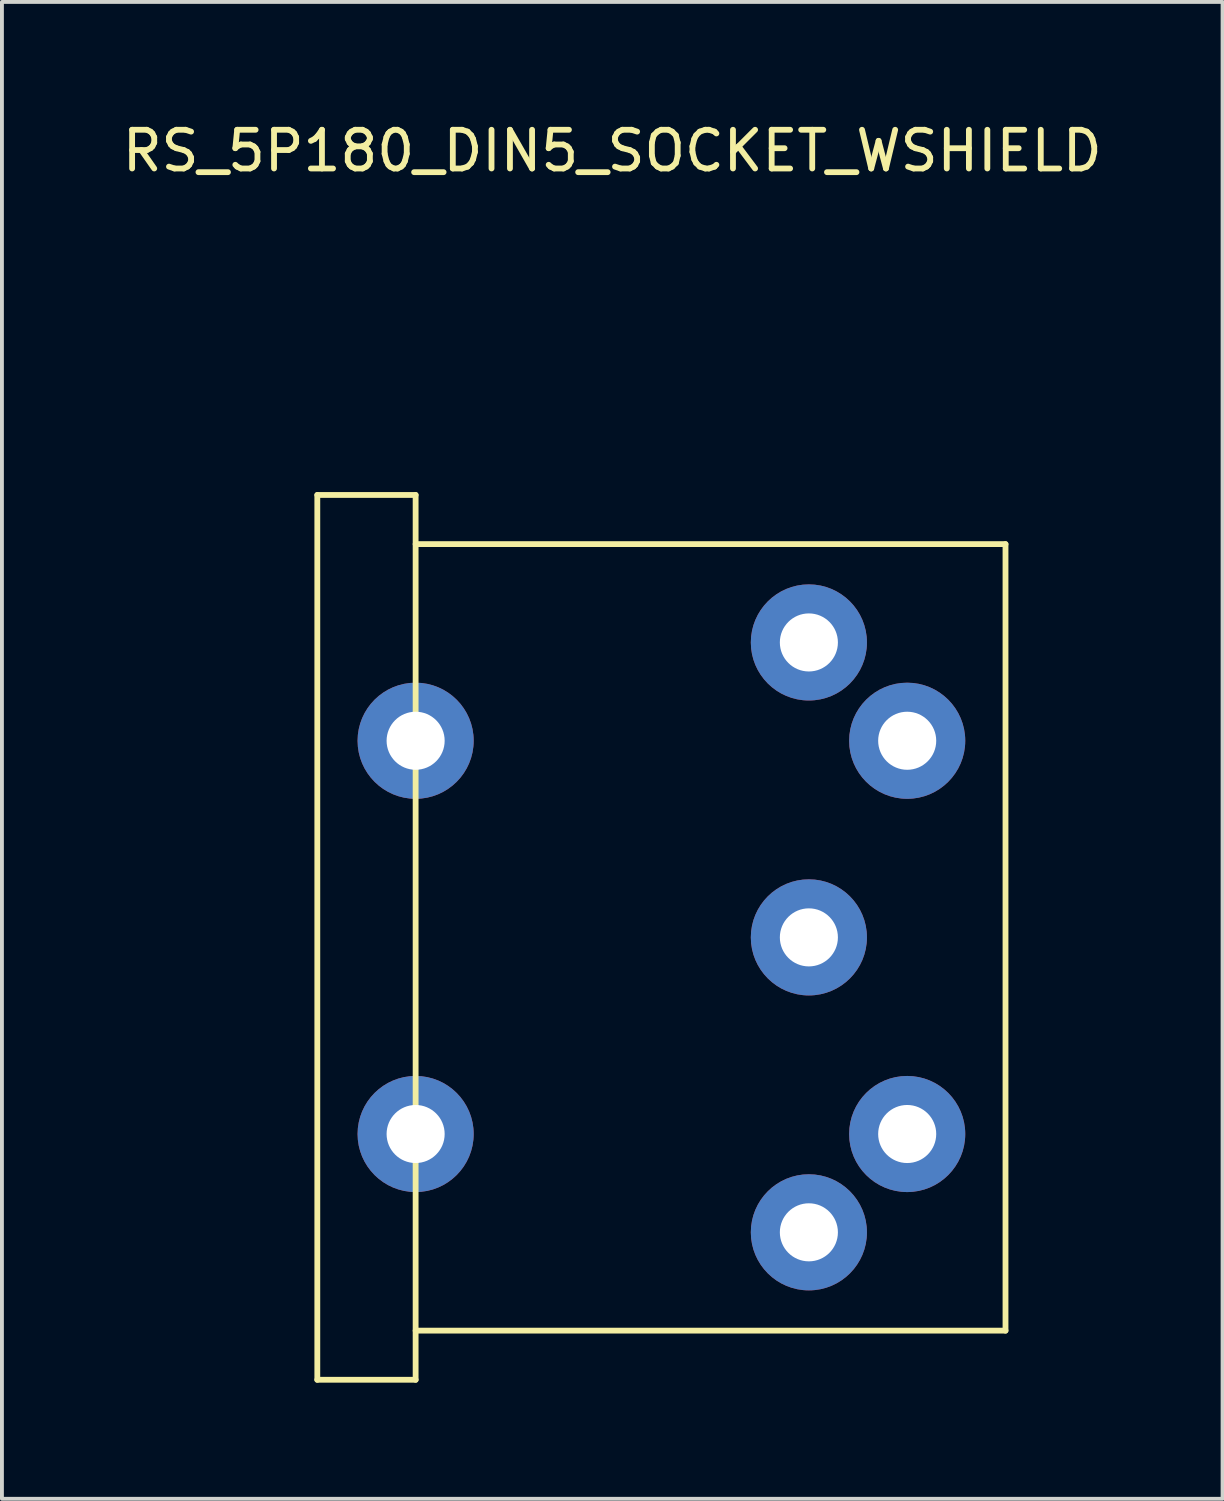
<source format=kicad_pcb>
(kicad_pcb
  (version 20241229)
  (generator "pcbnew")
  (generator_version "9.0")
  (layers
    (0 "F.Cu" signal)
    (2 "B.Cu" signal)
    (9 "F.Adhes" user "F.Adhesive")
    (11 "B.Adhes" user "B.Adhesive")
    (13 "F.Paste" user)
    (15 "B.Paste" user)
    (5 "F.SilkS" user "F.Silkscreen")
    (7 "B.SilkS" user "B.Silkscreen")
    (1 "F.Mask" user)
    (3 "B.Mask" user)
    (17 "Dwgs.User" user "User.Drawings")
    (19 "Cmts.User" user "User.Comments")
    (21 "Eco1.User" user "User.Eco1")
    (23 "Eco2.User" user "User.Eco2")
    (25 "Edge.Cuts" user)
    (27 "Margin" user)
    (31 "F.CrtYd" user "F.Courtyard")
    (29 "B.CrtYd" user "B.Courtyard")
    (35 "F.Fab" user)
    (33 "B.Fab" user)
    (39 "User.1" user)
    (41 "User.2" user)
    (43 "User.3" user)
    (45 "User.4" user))
  (footprint "RS_5P180_DIN5_SOCKET_WSHIELD"
    (layer "F.Cu")
    (at 12.768 21.168)
    (property "Reference" "RS_5P180_DIN5_SOCKET_WSHIELD" (at 0 -20.32 0) (layer "F.SilkS") (effects (font (size 1 1) (thickness 0.15))))
    (attr through_hole)
    (fp_line (start -7.62 -11.43) (end -7.62 11.43) (stroke (width 0.15) (type solid)) (layer "F.SilkS"))
    (fp_line (start -7.62 11.43) (end -5.08 11.43) (stroke (width 0.15) (type solid)) (layer "F.SilkS"))
    (fp_line (start -5.08 -11.43) (end -7.62 -11.43) (stroke (width 0.15) (type solid)) (layer "F.SilkS"))
    (fp_line (start -5.08 -10.16) (end 10.16 -10.16) (stroke (width 0.15) (type solid)) (layer "F.SilkS"))
    (fp_line (start -5.08 11.43) (end -5.08 -11.43) (stroke (width 0.15) (type solid)) (layer "F.SilkS"))
    (fp_line (start 10.16 -10.16) (end 10.16 10.16) (stroke (width 0.15) (type solid)) (layer "F.SilkS"))
    (fp_line (start 10.16 10.16) (end -5.08 10.16) (stroke (width 0.15) (type solid)) (layer "F.SilkS"))
    (pad "1" thru_hole circle (at 5.08 7.62) (size 3 3) (drill 1.5) (layers "*.Cu" "*.Mask"))
    (pad "2" thru_hole circle (at 5.08 0) (size 3 3) (drill 1.5) (layers "*.Cu" "*.Mask"))
    (pad "3" thru_hole circle (at 5.08 -7.62) (size 3 3) (drill 1.5) (layers "*.Cu" "*.Mask"))
    (pad "4" thru_hole circle (at 7.62 5.08) (size 3 3) (drill 1.5) (layers "*.Cu" "*.Mask"))
    (pad "5" thru_hole circle (at 7.62 -5.08) (size 3 3) (drill 1.5) (layers "*.Cu" "*.Mask"))
    (pad "~" thru_hole circle (at -5.08 -5.08) (size 3 3) (drill 1.5) (layers "*.Cu" "*.Mask"))
    (pad "~" thru_hole circle (at -5.08 5.08) (size 3 3) (drill 1.5) (layers "*.Cu" "*.Mask")))
  (gr_rect
    (start -3 -3)
    (end 28.536 35.673)
    (stroke (width 0.1) (type default))
    (fill no)
    (layer "Edge.Cuts")))
</source>
